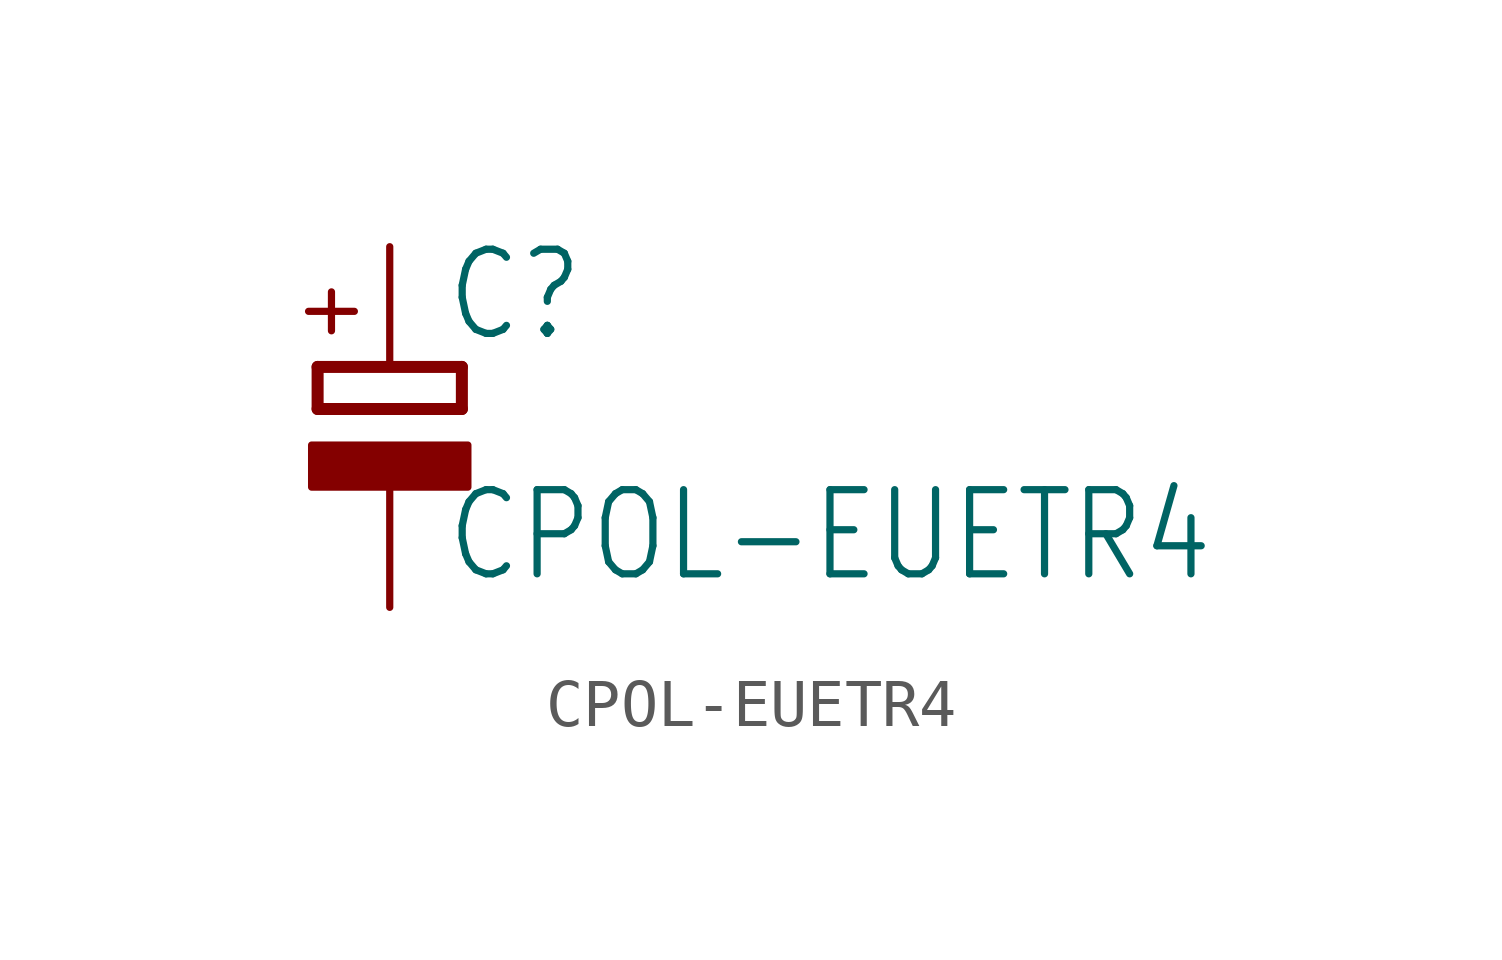
<source format=kicad_sym>
(kicad_symbol_lib
  (version 20220331)
  (generator kicad_symbol_editor)
  (symbol "CPOL-EUETR4"
    (property "Reference" "C"
      (at 1.143 0.483 0)
      (effects (font (size 1.778 1.511)) (justify left bottom)))
    (property "Value" "CPOL-EUETR4"
      (at 1.143 -4.597 0)
      (effects (font (size 1.778 1.511)) (justify left bottom)))
    (property "ki_locked" ""
      (at 0 0 0)
      (effects (font (size 1.27 1.27))))
    (symbol "CPOL-EUETR4_1_0"
      (rectangle (start -1.651 -2.54) (end 1.651 -1.651) (stroke (width 0) (type default)) (fill (type outline)))
      (polyline (pts (xy -1.524 -0.889) (xy 1.524 -0.889)) (stroke (width 0.254) (type solid)) (fill (type none)))
      (polyline (pts (xy -1.524 0) (xy -1.524 -0.889)) (stroke (width 0.254) (type solid)) (fill (type none)))
      (polyline (pts (xy -1.524 0) (xy 1.524 0)) (stroke (width 0.254) (type solid)) (fill (type none)))
      (polyline (pts (xy 1.524 -0.889) (xy 1.524 0)) (stroke (width 0.254) (type solid)) (fill (type none)))
      (text "+" (at -0.584 0.406 900) (effects (font (size 1.27 1.079)) (justify left bottom)))
      (pin passive line (at 0 2.54 270) (length 2.54) (name "+" (effects (font (size 0 0)))) (number "+" (effects (font (size 0 0)))))
      (pin passive line (at 0 -5.08 90) (length 2.54) (name "-" (effects (font (size 0 0)))) (number "-" (effects (font (size 0 0))))))))
</source>
